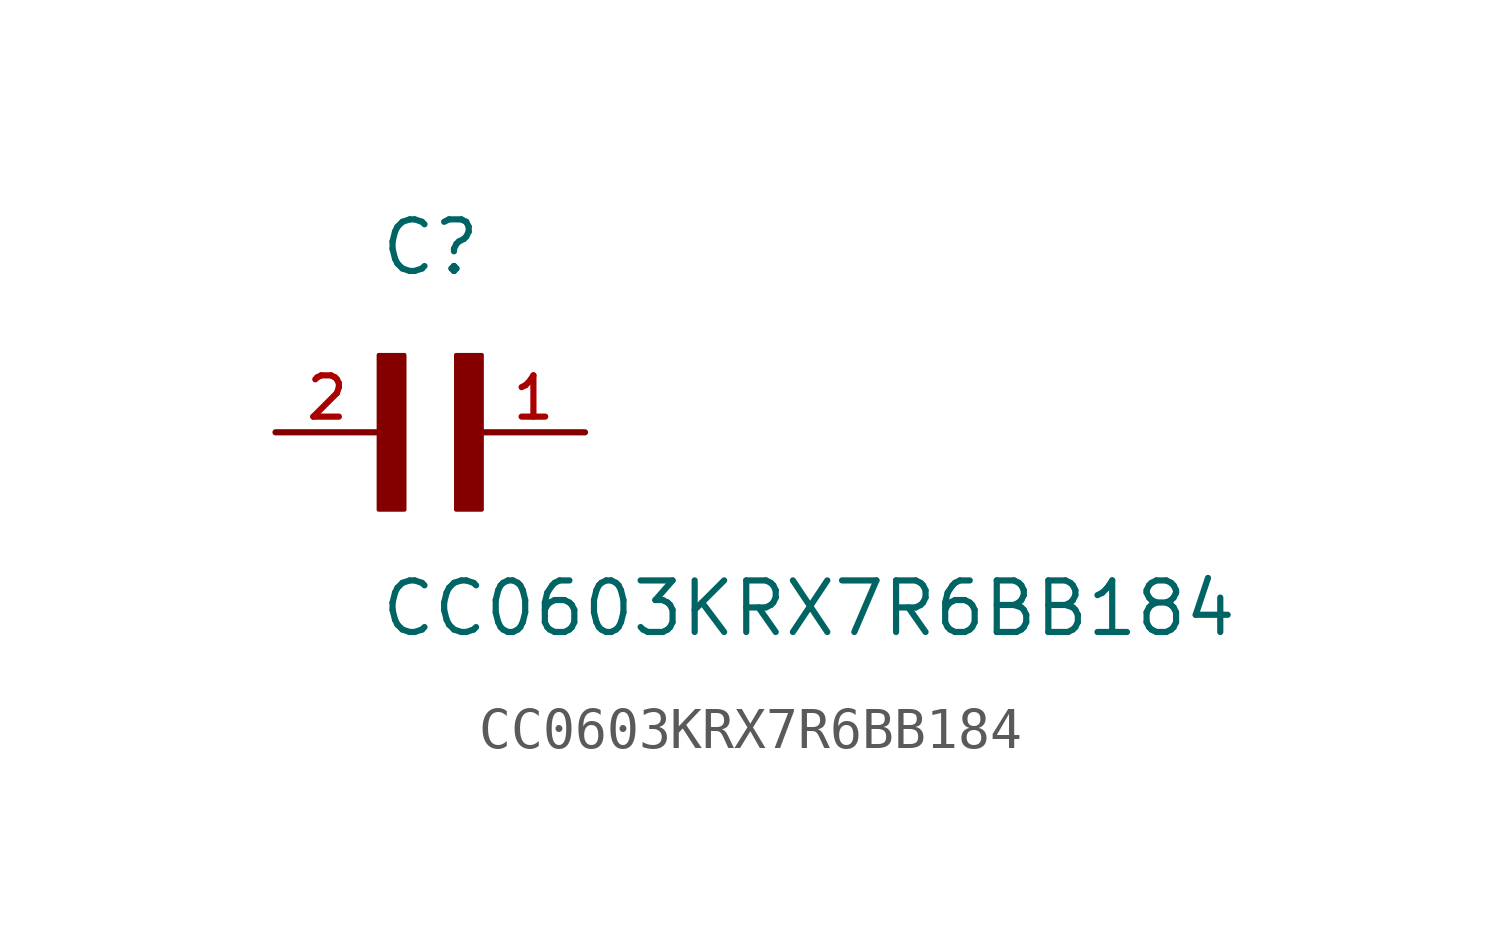
<source format=kicad_sym>
(kicad_symbol_lib
  (version 20211014)
  (generator kicad_symbol_editor)
  (symbol "CC0603KRX7R6BB184"
    (pin_names
      (offset 1.016))
    (property "Reference" "C"
      (at 0.0 3.81 0)
      (effects (font (size 1.27 1.27)) (justify bottom left)))
    (property "Value" "CC0603KRX7R6BB184"
      (at 0.0 -5.08 0)
      (effects (font (size 1.27 1.27)) (justify bottom left)))
    (symbol "CC0603KRX7R6BB184_0_0"
      (rectangle (start 0.0 -1.905) (end 0.635 1.905) (stroke (width 0.1)) (fill (type outline)))
      (rectangle (start 1.905 -1.905) (end 2.54 1.905) (stroke (width 0.1)) (fill (type outline)))
      (pin passive line (at 5.08 0.0 180.0) (length 2.54) (name "~" (effects (font (size 1.016 1.016)))) (number "1" (effects (font (size 1.016 1.016)))))
      (pin passive line (at -2.54 0.0 0) (length 2.54) (name "~" (effects (font (size 1.016 1.016)))) (number "2" (effects (font (size 1.016 1.016))))))))
</source>
